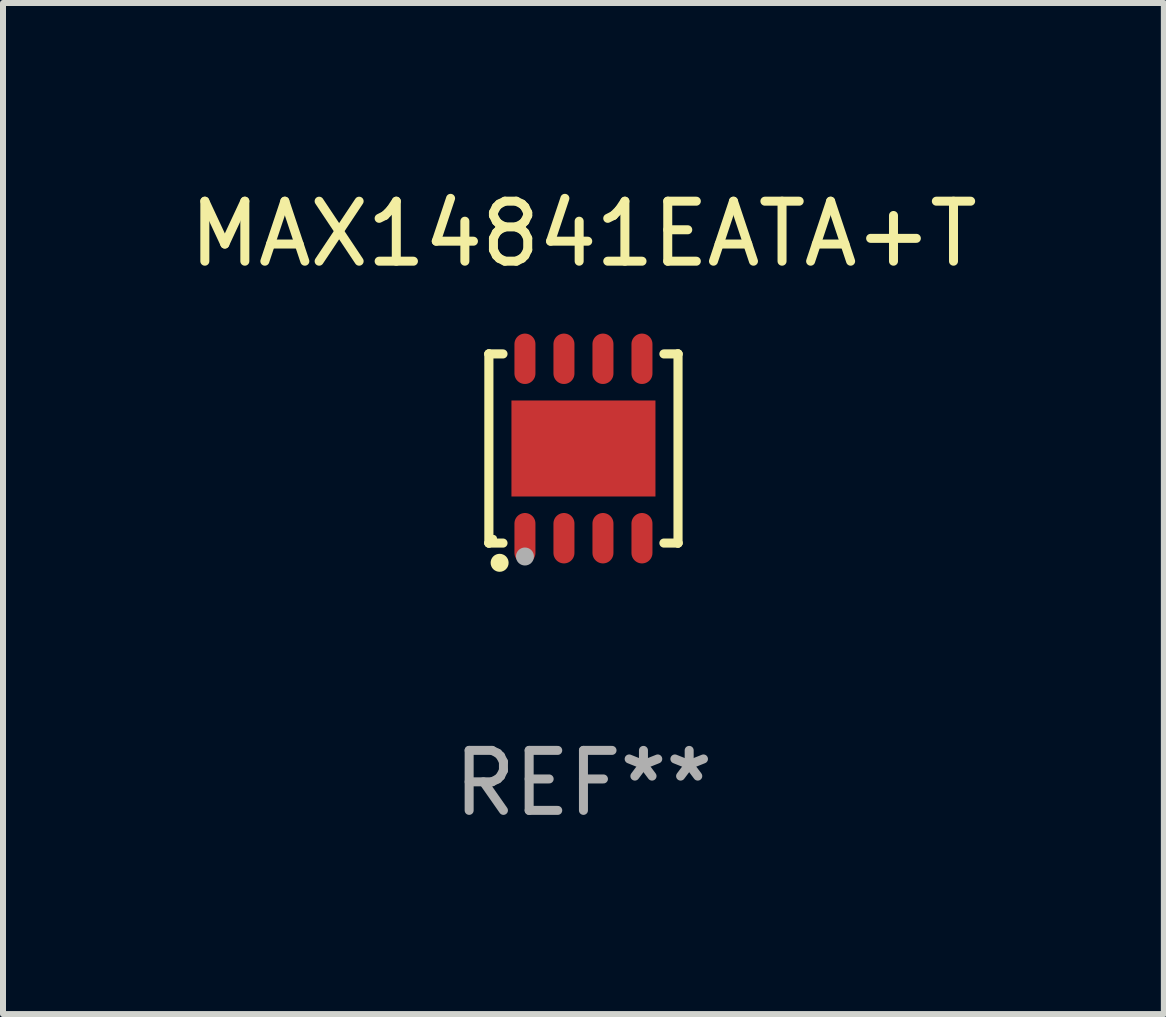
<source format=kicad_pcb>
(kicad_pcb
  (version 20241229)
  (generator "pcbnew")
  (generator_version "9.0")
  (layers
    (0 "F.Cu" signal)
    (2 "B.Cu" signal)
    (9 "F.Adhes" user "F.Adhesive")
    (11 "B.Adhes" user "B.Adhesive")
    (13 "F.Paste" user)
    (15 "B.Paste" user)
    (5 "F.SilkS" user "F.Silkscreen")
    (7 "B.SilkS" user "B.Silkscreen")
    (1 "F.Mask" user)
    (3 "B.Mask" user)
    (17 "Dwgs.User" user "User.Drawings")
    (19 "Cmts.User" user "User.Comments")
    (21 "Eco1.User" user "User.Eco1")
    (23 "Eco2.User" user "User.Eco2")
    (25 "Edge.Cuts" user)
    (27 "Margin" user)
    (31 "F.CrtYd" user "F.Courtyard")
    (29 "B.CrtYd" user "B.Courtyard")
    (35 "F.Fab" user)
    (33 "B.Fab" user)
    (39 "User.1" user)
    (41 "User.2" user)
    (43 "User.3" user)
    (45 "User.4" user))
  (footprint "MAX14841EATA+T"
    (layer "F.Cu")
    (at 6.673 4.424)
    (property "Reference" "MAX14841EATA+T" (at 0 -3.576 0) (layer "F.SilkS") (effects (font (size 1 1) (thickness 0.15))))
    (attr through_hole)
    (fp_line (start -1.576 -1.576) (end -1.576 -1.576) (stroke (width 0.152) (type solid)) (layer "F.SilkS"))
    (fp_line (start -1.576 -1.576) (end -1.341 -1.576) (stroke (width 0.152) (type solid)) (layer "F.SilkS"))
    (fp_line (start -1.576 1.576) (end -1.576 -1.576) (stroke (width 0.152) (type solid)) (layer "F.SilkS"))
    (fp_line (start -1.576 1.576) (end -1.576 1.576) (stroke (width 0.152) (type solid)) (layer "F.SilkS"))
    (fp_line (start -1.341 1.576) (end -1.576 1.576) (stroke (width 0.152) (type solid)) (layer "F.SilkS"))
    (fp_line (start 1.341 1.576) (end 1.576 1.576) (stroke (width 0.152) (type solid)) (layer "F.SilkS"))
    (fp_line (start 1.576 -1.576) (end 1.341 -1.576) (stroke (width 0.152) (type solid)) (layer "F.SilkS"))
    (fp_line (start 1.576 -1.576) (end 1.576 -1.576) (stroke (width 0.152) (type solid)) (layer "F.SilkS"))
    (fp_line (start 1.576 1.576) (end 1.576 -1.576) (stroke (width 0.152) (type solid)) (layer "F.SilkS"))
    (fp_line (start 1.576 1.576) (end 1.576 1.576) (stroke (width 0.152) (type solid)) (layer "F.SilkS"))
    (fp_circle (center -1.5 1.5) (end -1.47 1.5) (stroke (width 0.06) (type solid)) (fill no) (layer "F.SilkS"))
    (fp_circle (center -1.397 1.905) (end -1.322 1.905) (stroke (width 0.15) (type solid)) (fill no) (layer "F.SilkS"))
    (fp_circle (center -0.975 1.8) (end -0.9 1.8) (stroke (width 0.15) (type solid)) (fill no) (layer "F.Fab"))
    (fp_text user "REF**" (at 0 5.576 0) (layer "F.Fab") (effects (font (size 1 1) (thickness 0.15))))
    (pad "1" smd oval (at -0.975 1.495) (size 0.35 0.84) (layers "F.Cu" "F.Mask" "F.Paste"))
    (pad "2" smd oval (at -0.325 1.495) (size 0.35 0.84) (layers "F.Cu" "F.Mask" "F.Paste"))
    (pad "3" smd oval (at 0.325 1.495) (size 0.35 0.84) (layers "F.Cu" "F.Mask" "F.Paste"))
    (pad "4" smd oval (at 0.975 1.495) (size 0.35 0.84) (layers "F.Cu" "F.Mask" "F.Paste"))
    (pad "5" smd oval (at 0.975 -1.495) (size 0.35 0.84) (layers "F.Cu" "F.Mask" "F.Paste"))
    (pad "6" smd oval (at 0.325 -1.495) (size 0.35 0.84) (layers "F.Cu" "F.Mask" "F.Paste"))
    (pad "7" smd oval (at -0.325 -1.495) (size 0.35 0.84) (layers "F.Cu" "F.Mask" "F.Paste"))
    (pad "8" smd oval (at -0.975 -1.495) (size 0.35 0.84) (layers "F.Cu" "F.Mask" "F.Paste"))
    (pad "9" smd rect (at 0 0) (size 2.4 1.6) (layers "F.Cu" "F.Mask" "F.Paste")))
  (gr_rect
    (start -3 -3)
    (end 16.345 13.849)
    (stroke (width 0.1) (type default))
    (fill no)
    (layer "Edge.Cuts")))
</source>
